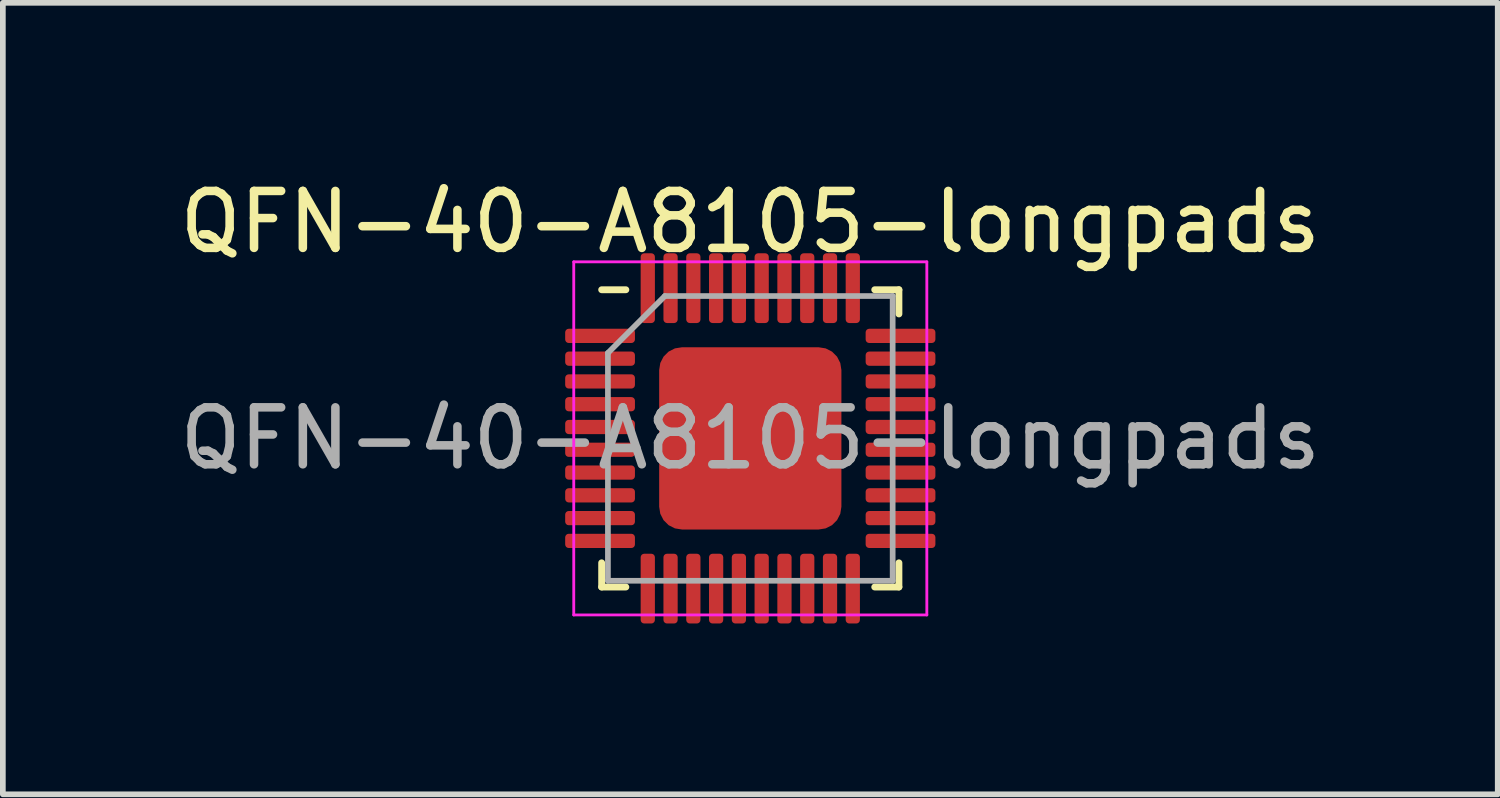
<source format=kicad_pcb>
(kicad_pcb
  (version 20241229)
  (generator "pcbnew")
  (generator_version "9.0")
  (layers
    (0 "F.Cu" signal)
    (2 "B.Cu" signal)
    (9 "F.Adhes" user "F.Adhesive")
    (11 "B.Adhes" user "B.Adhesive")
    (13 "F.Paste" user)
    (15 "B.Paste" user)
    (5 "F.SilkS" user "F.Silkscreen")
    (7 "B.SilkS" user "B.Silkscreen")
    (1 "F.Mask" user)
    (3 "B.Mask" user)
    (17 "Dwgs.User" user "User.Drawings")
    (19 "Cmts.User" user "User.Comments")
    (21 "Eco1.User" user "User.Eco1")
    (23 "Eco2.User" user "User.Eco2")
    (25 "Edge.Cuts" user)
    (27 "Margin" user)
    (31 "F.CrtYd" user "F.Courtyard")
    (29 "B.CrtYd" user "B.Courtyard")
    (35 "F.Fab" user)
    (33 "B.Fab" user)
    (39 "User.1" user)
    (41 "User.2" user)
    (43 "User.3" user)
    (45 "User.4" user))
  (footprint "QFN-40-A8105-longpads"
    (layer "F.Cu")
    (at 10.125 4.648)
    (property "Reference" "QFN-40-A8105-longpads" (at 0 -3.8 0) (layer "F.SilkS") (effects (font (size 1 1) (thickness 0.15))))
    (attr smd)
    (fp_line (start -2.61 2.61) (end -2.61 2.185) (stroke (width 0.12) (type solid)) (layer "F.SilkS"))
    (fp_line (start -2.185 -2.61) (end -2.61 -2.61) (stroke (width 0.12) (type solid)) (layer "F.SilkS"))
    (fp_line (start -2.185 2.61) (end -2.61 2.61) (stroke (width 0.12) (type solid)) (layer "F.SilkS"))
    (fp_line (start 2.185 -2.61) (end 2.61 -2.61) (stroke (width 0.12) (type solid)) (layer "F.SilkS"))
    (fp_line (start 2.185 2.61) (end 2.61 2.61) (stroke (width 0.12) (type solid)) (layer "F.SilkS"))
    (fp_line (start 2.61 -2.61) (end 2.61 -2.185) (stroke (width 0.12) (type solid)) (layer "F.SilkS"))
    (fp_line (start 2.61 2.61) (end 2.61 2.185) (stroke (width 0.12) (type solid)) (layer "F.SilkS"))
    (fp_line (start -3.1 -3.1) (end -3.1 3.1) (stroke (width 0.05) (type solid)) (layer "F.CrtYd"))
    (fp_line (start -3.1 3.1) (end 3.1 3.1) (stroke (width 0.05) (type solid)) (layer "F.CrtYd"))
    (fp_line (start 3.1 -3.1) (end -3.1 -3.1) (stroke (width 0.05) (type solid)) (layer "F.CrtYd"))
    (fp_line (start 3.1 3.1) (end 3.1 -3.1) (stroke (width 0.05) (type solid)) (layer "F.CrtYd"))
    (fp_line (start -2.5 -1.5) (end -1.5 -2.5) (stroke (width 0.1) (type solid)) (layer "F.Fab"))
    (fp_line (start -2.5 2.5) (end -2.5 -1.5) (stroke (width 0.1) (type solid)) (layer "F.Fab"))
    (fp_line (start -1.5 -2.5) (end 2.5 -2.5) (stroke (width 0.1) (type solid)) (layer "F.Fab"))
    (fp_line (start 2.5 -2.5) (end 2.5 2.5) (stroke (width 0.1) (type solid)) (layer "F.Fab"))
    (fp_line (start 2.5 2.5) (end -2.5 2.5) (stroke (width 0.1) (type solid)) (layer "F.Fab"))
    (fp_text user "${REFERENCE}" (at 0 0 0) (layer "F.Fab") (effects (font (size 1 1) (thickness 0.15))))
    (pad "" smd roundrect (at 0 0) (size 1.2 1.2) (layers "F.Paste") (roundrect_rratio 0.25))
    (pad "1" smd roundrect (at -2.638 -1.8) (size 1.225 0.25) (layers "F.Cu" "F.Mask" "F.Paste") (roundrect_rratio 0.25))
    (pad "2" smd roundrect (at -2.638 -1.4) (size 1.225 0.25) (layers "F.Cu" "F.Mask" "F.Paste") (roundrect_rratio 0.25))
    (pad "3" smd roundrect (at -2.638 -1) (size 1.225 0.25) (layers "F.Cu" "F.Mask" "F.Paste") (roundrect_rratio 0.25))
    (pad "4" smd roundrect (at -2.638 -0.6) (size 1.225 0.25) (layers "F.Cu" "F.Mask" "F.Paste") (roundrect_rratio 0.25))
    (pad "5" smd roundrect (at -2.638 -0.2) (size 1.225 0.25) (layers "F.Cu" "F.Mask" "F.Paste") (roundrect_rratio 0.25))
    (pad "6" smd roundrect (at -2.638 0.2) (size 1.225 0.25) (layers "F.Cu" "F.Mask" "F.Paste") (roundrect_rratio 0.25))
    (pad "7" smd roundrect (at -2.638 0.6) (size 1.225 0.25) (layers "F.Cu" "F.Mask" "F.Paste") (roundrect_rratio 0.25))
    (pad "8" smd roundrect (at -2.638 1) (size 1.225 0.25) (layers "F.Cu" "F.Mask" "F.Paste") (roundrect_rratio 0.25))
    (pad "9" smd roundrect (at -2.638 1.4) (size 1.225 0.25) (layers "F.Cu" "F.Mask" "F.Paste") (roundrect_rratio 0.25))
    (pad "10" smd roundrect (at -2.638 1.8) (size 1.225 0.25) (layers "F.Cu" "F.Mask" "F.Paste") (roundrect_rratio 0.25))
    (pad "11" smd roundrect (at -1.8 2.638) (size 0.25 1.225) (layers "F.Cu" "F.Mask" "F.Paste") (roundrect_rratio 0.25))
    (pad "12" smd roundrect (at -1.4 2.638) (size 0.25 1.225) (layers "F.Cu" "F.Mask" "F.Paste") (roundrect_rratio 0.25))
    (pad "13" smd roundrect (at -1 2.638) (size 0.25 1.225) (layers "F.Cu" "F.Mask" "F.Paste") (roundrect_rratio 0.25))
    (pad "14" smd roundrect (at -0.6 2.638) (size 0.25 1.225) (layers "F.Cu" "F.Mask" "F.Paste") (roundrect_rratio 0.25))
    (pad "15" smd roundrect (at -0.2 2.638) (size 0.25 1.225) (layers "F.Cu" "F.Mask" "F.Paste") (roundrect_rratio 0.25))
    (pad "16" smd roundrect (at 0.2 2.638) (size 0.25 1.225) (layers "F.Cu" "F.Mask" "F.Paste") (roundrect_rratio 0.25))
    (pad "17" smd roundrect (at 0.6 2.638) (size 0.25 1.225) (layers "F.Cu" "F.Mask" "F.Paste") (roundrect_rratio 0.25))
    (pad "18" smd roundrect (at 1 2.638) (size 0.25 1.225) (layers "F.Cu" "F.Mask" "F.Paste") (roundrect_rratio 0.25))
    (pad "19" smd roundrect (at 1.4 2.638) (size 0.25 1.225) (layers "F.Cu" "F.Mask" "F.Paste") (roundrect_rratio 0.25))
    (pad "20" smd roundrect (at 1.8 2.638) (size 0.25 1.225) (layers "F.Cu" "F.Mask" "F.Paste") (roundrect_rratio 0.25))
    (pad "21" smd roundrect (at 2.638 1.8) (size 1.225 0.25) (layers "F.Cu" "F.Mask" "F.Paste") (roundrect_rratio 0.25))
    (pad "22" smd roundrect (at 2.638 1.4) (size 1.225 0.25) (layers "F.Cu" "F.Mask" "F.Paste") (roundrect_rratio 0.25))
    (pad "23" smd roundrect (at 2.638 1) (size 1.225 0.25) (layers "F.Cu" "F.Mask" "F.Paste") (roundrect_rratio 0.25))
    (pad "24" smd roundrect (at 2.638 0.6) (size 1.225 0.25) (layers "F.Cu" "F.Mask" "F.Paste") (roundrect_rratio 0.25))
    (pad "25" smd roundrect (at 2.638 0.2) (size 1.225 0.25) (layers "F.Cu" "F.Mask" "F.Paste") (roundrect_rratio 0.25))
    (pad "26" smd roundrect (at 2.638 -0.2) (size 1.225 0.25) (layers "F.Cu" "F.Mask" "F.Paste") (roundrect_rratio 0.25))
    (pad "27" smd roundrect (at 2.638 -0.6) (size 1.225 0.25) (layers "F.Cu" "F.Mask" "F.Paste") (roundrect_rratio 0.25))
    (pad "28" smd roundrect (at 2.638 -1) (size 1.225 0.25) (layers "F.Cu" "F.Mask" "F.Paste") (roundrect_rratio 0.25))
    (pad "29" smd roundrect (at 2.638 -1.4) (size 1.225 0.25) (layers "F.Cu" "F.Mask" "F.Paste") (roundrect_rratio 0.25))
    (pad "30" smd roundrect (at 2.638 -1.8) (size 1.225 0.25) (layers "F.Cu" "F.Mask" "F.Paste") (roundrect_rratio 0.25))
    (pad "31" smd roundrect (at 1.8 -2.638) (size 0.25 1.225) (layers "F.Cu" "F.Mask" "F.Paste") (roundrect_rratio 0.25))
    (pad "32" smd roundrect (at 1.4 -2.638) (size 0.25 1.225) (layers "F.Cu" "F.Mask" "F.Paste") (roundrect_rratio 0.25))
    (pad "33" smd roundrect (at 1 -2.638) (size 0.25 1.225) (layers "F.Cu" "F.Mask" "F.Paste") (roundrect_rratio 0.25))
    (pad "34" smd roundrect (at 0.6 -2.638) (size 0.25 1.225) (layers "F.Cu" "F.Mask" "F.Paste") (roundrect_rratio 0.25))
    (pad "35" smd roundrect (at 0.2 -2.638) (size 0.25 1.225) (layers "F.Cu" "F.Mask" "F.Paste") (roundrect_rratio 0.25))
    (pad "36" smd roundrect (at -0.2 -2.638) (size 0.25 1.225) (layers "F.Cu" "F.Mask" "F.Paste") (roundrect_rratio 0.25))
    (pad "37" smd roundrect (at -0.6 -2.638) (size 0.25 1.225) (layers "F.Cu" "F.Mask" "F.Paste") (roundrect_rratio 0.25))
    (pad "38" smd roundrect (at -1 -2.638) (size 0.25 1.225) (layers "F.Cu" "F.Mask" "F.Paste") (roundrect_rratio 0.25))
    (pad "39" smd roundrect (at -1.4 -2.638) (size 0.25 1.225) (layers "F.Cu" "F.Mask" "F.Paste") (roundrect_rratio 0.25))
    (pad "40" smd roundrect (at -1.8 -2.638) (size 0.25 1.225) (layers "F.Cu" "F.Mask" "F.Paste") (roundrect_rratio 0.25))
    (pad "41" smd roundrect (at 0 0) (size 3.2 3.2) (layers "F.Cu" "F.Mask") (roundrect_rratio 0.125)))
  (gr_rect
    (start -3 -3)
    (end 23.25 10.898)
    (stroke (width 0.1) (type default))
    (fill no)
    (layer "Edge.Cuts")))
</source>
